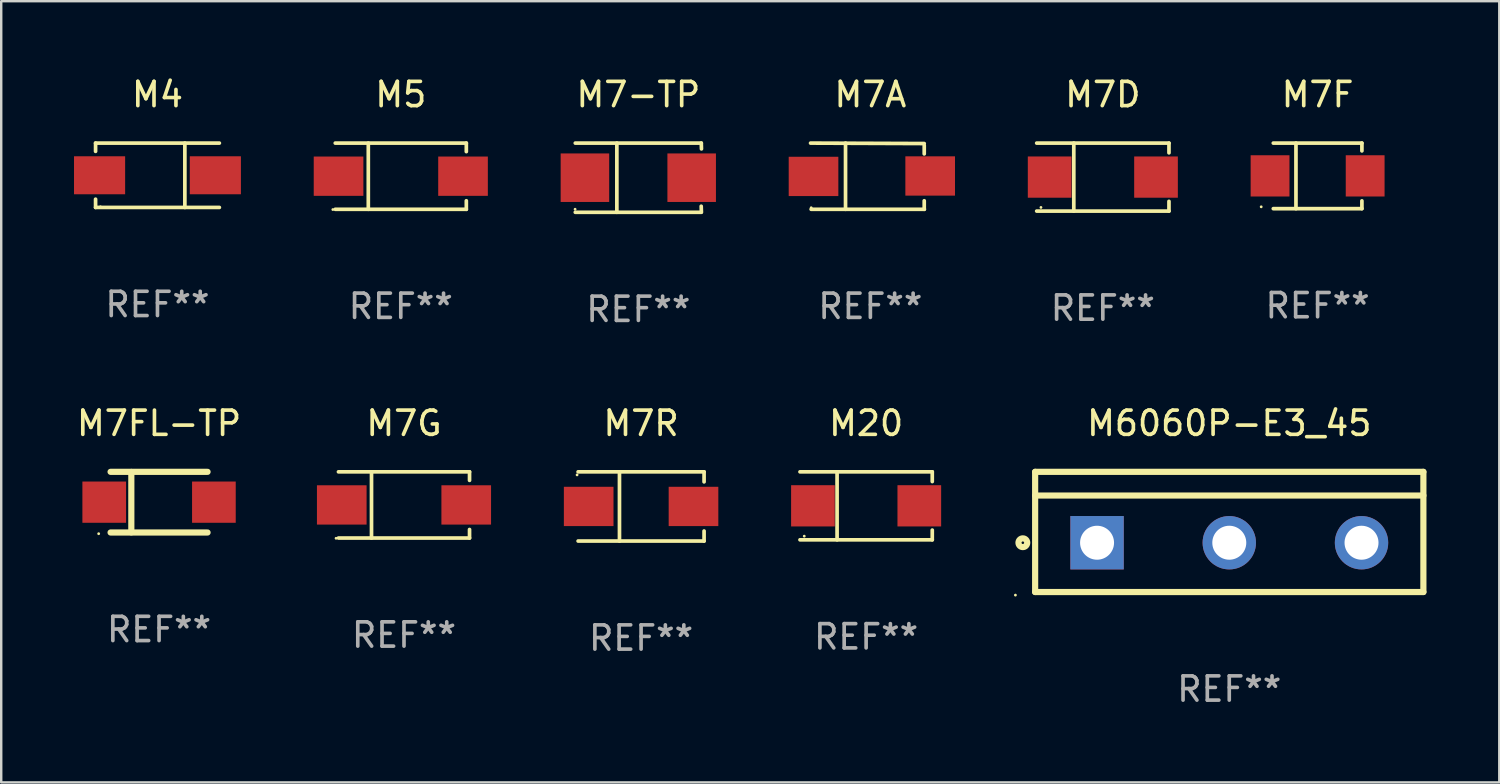
<source format=kicad_pcb>
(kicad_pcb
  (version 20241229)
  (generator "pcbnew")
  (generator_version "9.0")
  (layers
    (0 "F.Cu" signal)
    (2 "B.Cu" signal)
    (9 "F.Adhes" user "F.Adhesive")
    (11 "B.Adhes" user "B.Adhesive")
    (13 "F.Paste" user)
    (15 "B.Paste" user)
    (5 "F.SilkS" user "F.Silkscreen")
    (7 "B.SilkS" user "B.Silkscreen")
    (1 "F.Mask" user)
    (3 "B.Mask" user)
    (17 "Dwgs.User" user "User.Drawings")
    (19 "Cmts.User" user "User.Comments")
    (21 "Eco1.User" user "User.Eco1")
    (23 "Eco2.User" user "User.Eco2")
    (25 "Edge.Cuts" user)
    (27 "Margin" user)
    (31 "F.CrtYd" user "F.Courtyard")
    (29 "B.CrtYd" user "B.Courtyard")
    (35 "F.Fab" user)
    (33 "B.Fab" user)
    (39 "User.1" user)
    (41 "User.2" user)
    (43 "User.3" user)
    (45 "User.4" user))
  (footprint "M7D"
    (layer "F.Cu")
    (at 42.404 4.249)
    (property "Reference" "M7D" (at 0 -3.401 0) (layer "F.SilkS") (effects (font (size 1 1) (thickness 0.15))))
    (attr through_hole)
    (fp_line (start -2.726 -1.401) (end 2.726 -1.401) (stroke (width 0.152) (type solid)) (layer "F.SilkS"))
    (fp_line (start -2.726 1.401) (end 2.726 1.401) (stroke (width 0.152) (type solid)) (layer "F.SilkS"))
    (fp_line (start -1.197 -1.401) (end -1.197 1.401) (stroke (width 0.152) (type solid)) (layer "F.SilkS"))
    (fp_line (start 2.726 -1.401) (end 2.726 -1) (stroke (width 0.152) (type solid)) (layer "F.SilkS"))
    (fp_line (start 2.726 1.401) (end 2.726 1) (stroke (width 0.152) (type solid)) (layer "F.SilkS"))
    (fp_circle (center -2.55 1.25) (end -2.52 1.25) (stroke (width 0.06) (type solid)) (fill no) (layer "F.SilkS"))
    (fp_text user "REF**" (at 0 5.401 0) (layer "F.Fab") (effects (font (size 1 1) (thickness 0.15))))
    (pad "1" smd rect (at -2.192 0) (size 1.8 1.7) (layers "F.Cu" "F.Mask" "F.Paste"))
    (pad "2" smd rect (at 2.192 0) (size 1.8 1.7) (layers "F.Cu" "F.Mask" "F.Paste")))
  (footprint "M7FL-TP"
    (layer "F.Cu")
    (at 3.506 17.647)
    (property "Reference" "M7FL-TP" (at 0 -3.25 0) (layer "F.SilkS") (effects (font (size 1 1) (thickness 0.15))))
    (attr through_hole)
    (fp_line (start -1.999 -1.25) (end 1.999 -1.25) (stroke (width 0.254) (type solid)) (layer "F.SilkS"))
    (fp_line (start -1.143 -1.245) (end -1.143 1.245) (stroke (width 0.254) (type solid)) (layer "F.SilkS"))
    (fp_line (start 1.999 1.25) (end -1.999 1.25) (stroke (width 0.254) (type solid)) (layer "F.SilkS"))
    (fp_circle (center -2.489 1.3) (end -2.459 1.3) (stroke (width 0.06) (type solid)) (fill no) (layer "F.SilkS"))
    (fp_text user "REF**" (at 0 5.25 0) (layer "F.Fab") (effects (font (size 1 1) (thickness 0.15))))
    (pad "1" smd rect (at -2.26 0) (size 1.8 1.7) (layers "F.Cu" "F.Mask" "F.Paste"))
    (pad "2" smd rect (at 2.26 0) (size 1.8 1.7) (layers "F.Cu" "F.Mask" "F.Paste")))
  (footprint "M4"
    (layer "F.Cu")
    (at 3.44 4.174)
    (property "Reference" "M4" (at 0 -3.326 0) (layer "F.SilkS") (effects (font (size 1 1) (thickness 0.15))))
    (attr through_hole)
    (fp_line (start -2.551 -1.326) (end -2.551 -0.986) (stroke (width 0.152) (type solid)) (layer "F.SilkS"))
    (fp_line (start -2.551 1.326) (end -2.551 0.986) (stroke (width 0.152) (type solid)) (layer "F.SilkS"))
    (fp_line (start 1.129 1.326) (end 1.129 -1.326) (stroke (width 0.152) (type solid)) (layer "F.SilkS"))
    (fp_line (start 2.551 -1.326) (end -2.551 -1.326) (stroke (width 0.152) (type solid)) (layer "F.SilkS"))
    (fp_line (start 2.551 1.326) (end -2.551 1.326) (stroke (width 0.152) (type solid)) (layer "F.SilkS"))
    (fp_circle (center -2.35 1.3) (end -2.32 1.3) (stroke (width 0.06) (type solid)) (fill no) (layer "F.SilkS"))
    (fp_text user "REF**" (at 0 5.326 0) (layer "F.Fab") (effects (font (size 1 1) (thickness 0.15))))
    (pad "1" smd rect (at -2.386 0) (size 2.107 1.566) (layers "F.Cu" "F.Mask" "F.Paste"))
    (pad "2" smd rect (at 2.386 0) (size 2.107 1.566) (layers "F.Cu" "F.Mask" "F.Paste")))
  (footprint "M6060P-E3_45"
    (layer "F.Cu")
    (at 47.615 18.874)
    (property "Reference" "M6060P-E3_45" (at 0 -4.477 0) (layer "F.SilkS") (effects (font (size 1 1) (thickness 0.15))))
    (attr through_hole)
    (fp_line (start -8.001 -2.477) (end 8.001 -2.477) (stroke (width 0.254) (type solid)) (layer "F.SilkS"))
    (fp_line (start -8.001 2.477) (end -8.001 -2.477) (stroke (width 0.254) (type solid)) (layer "F.SilkS"))
    (fp_line (start -7.999 -1.5) (end 8.001 -1.5) (stroke (width 0.254) (type solid)) (layer "F.SilkS"))
    (fp_line (start 8.001 -2.477) (end 8.001 2.477) (stroke (width 0.254) (type solid)) (layer "F.SilkS"))
    (fp_line (start 8.001 2.477) (end -8.001 2.477) (stroke (width 0.254) (type solid)) (layer "F.SilkS"))
    (fp_circle (center -8.814 2.604) (end -8.784 2.604) (stroke (width 0.06) (type solid)) (fill no) (layer "F.SilkS"))
    (fp_circle (center -8.508 0.445) (end -8.328 0.445) (stroke (width 0.254) (type solid)) (fill no) (layer "F.SilkS"))
    (fp_text user "REF**" (at 0 6.477 0) (layer "F.Fab") (effects (font (size 1 1) (thickness 0.15))))
    (pad "1" thru_hole rect (at -5.449 0.445) (size 2.2 2.2) (drill 1.4) (layers "*.Cu" "*.Mask"))
    (pad "2" thru_hole circle (at 0.001 0.445) (size 2.2 2.2) (drill 1.4) (layers "*.Cu" "*.Mask"))
    (pad "3" thru_hole circle (at 5.451 0.445) (size 2.2 2.2) (drill 1.4) (layers "*.Cu" "*.Mask")))
  (footprint "M5"
    (layer "F.Cu")
    (at 13.469 4.212)
    (property "Reference" "M5" (at 0 -3.364 0) (layer "F.SilkS") (effects (font (size 1 1) (thickness 0.15))))
    (attr through_hole)
    (fp_line (start -2.701 -1.364) (end 2.701 -1.364) (stroke (width 0.152) (type solid)) (layer "F.SilkS"))
    (fp_line (start -2.701 1.364) (end 2.701 1.364) (stroke (width 0.152) (type solid)) (layer "F.SilkS"))
    (fp_line (start -1.339 -1.364) (end -1.339 1.364) (stroke (width 0.152) (type solid)) (layer "F.SilkS"))
    (fp_line (start 2.701 -1.364) (end 2.701 -1.013) (stroke (width 0.152) (type solid)) (layer "F.SilkS"))
    (fp_line (start 2.701 1.364) (end 2.701 1.013) (stroke (width 0.152) (type solid)) (layer "F.SilkS"))
    (fp_circle (center -2.8 1.375) (end -2.77 1.375) (stroke (width 0.06) (type solid)) (fill no) (layer "F.SilkS"))
    (fp_text user "REF**" (at 0 5.364 0) (layer "F.Fab") (effects (font (size 1 1) (thickness 0.15))))
    (pad "1" smd rect (at -2.565 -0.000025) (size 2.046 1.62) (layers "F.Cu" "F.Mask" "F.Paste"))
    (pad "2" smd rect (at 2.565 -0.000025) (size 2.046 1.62) (layers "F.Cu" "F.Mask" "F.Paste")))
  (footprint "M20"
    (layer "F.Cu")
    (at 32.648 17.798)
    (property "Reference" "M20" (at 0 -3.401 0) (layer "F.SilkS") (effects (font (size 1 1) (thickness 0.15))))
    (attr through_hole)
    (fp_line (start -2.726 -1.401) (end 2.726 -1.401) (stroke (width 0.152) (type solid)) (layer "F.SilkS"))
    (fp_line (start -2.726 1.401) (end 2.726 1.401) (stroke (width 0.152) (type solid)) (layer "F.SilkS"))
    (fp_line (start -1.197 -1.401) (end -1.197 1.401) (stroke (width 0.152) (type solid)) (layer "F.SilkS"))
    (fp_line (start 2.726 -1.401) (end 2.726 -1) (stroke (width 0.152) (type solid)) (layer "F.SilkS"))
    (fp_line (start 2.726 1.401) (end 2.726 1) (stroke (width 0.152) (type solid)) (layer "F.SilkS"))
    (fp_circle (center -2.55 1.25) (end -2.52 1.25) (stroke (width 0.06) (type solid)) (fill no) (layer "F.SilkS"))
    (fp_text user "REF**" (at 0 5.401 0) (layer "F.Fab") (effects (font (size 1 1) (thickness 0.15))))
    (pad "1" smd rect (at -2.192 0) (size 1.8 1.7) (layers "F.Cu" "F.Mask" "F.Paste"))
    (pad "2" smd rect (at 2.192 0) (size 1.8 1.7) (layers "F.Cu" "F.Mask" "F.Paste")))
  (footprint "M7-TP"
    (layer "F.Cu")
    (at 23.261 4.274)
    (property "Reference" "M7-TP" (at 0 -3.426 0) (layer "F.SilkS") (effects (font (size 1 1) (thickness 0.15))))
    (attr through_hole)
    (fp_line (start -2.6 -1.426) (end 2.593 -1.426) (stroke (width 0.152) (type solid)) (layer "F.SilkS"))
    (fp_line (start -2.6 1.426) (end 2.593 1.426) (stroke (width 0.152) (type solid)) (layer "F.SilkS"))
    (fp_line (start -0.887 -1.426) (end -0.887 1.426) (stroke (width 0.152) (type solid)) (layer "F.SilkS"))
    (fp_line (start 2.59 1.176) (end 2.597 1.415) (stroke (width 0.152) (type solid)) (layer "F.SilkS"))
    (fp_line (start 2.593 -1.426) (end 2.6 -1.187) (stroke (width 0.152) (type solid)) (layer "F.SilkS"))
    (fp_circle (center -2.608 1.3) (end -2.578 1.3) (stroke (width 0.06) (type solid)) (fill no) (layer "F.SilkS"))
    (fp_text user "REF**" (at 0 5.426 0) (layer "F.Fab") (effects (font (size 1 1) (thickness 0.15))))
    (pad "1" smd rect (at -2.203 0 180) (size 2 2) (layers "F.Cu" "F.Mask" "F.Paste"))
    (pad "2" smd rect (at 2.197 0 180) (size 2 2) (layers "F.Cu" "F.Mask" "F.Paste")))
  (footprint "M7F"
    (layer "F.Cu")
    (at 51.256 4.199)
    (property "Reference" "M7F" (at 0 -3.351 0) (layer "F.SilkS") (effects (font (size 1 1) (thickness 0.15))))
    (attr through_hole)
    (fp_line (start -1.826 -1.351) (end 1.826 -1.351) (stroke (width 0.152) (type solid)) (layer "F.SilkS"))
    (fp_line (start -1.826 1.351) (end 1.826 1.351) (stroke (width 0.152) (type solid)) (layer "F.SilkS"))
    (fp_line (start -0.892 -1.351) (end -0.892 1.351) (stroke (width 0.152) (type solid)) (layer "F.SilkS"))
    (fp_line (start 1.826 -1.351) (end 1.826 -1.03) (stroke (width 0.152) (type solid)) (layer "F.SilkS"))
    (fp_line (start 1.826 1.03) (end 1.826 1.351) (stroke (width 0.152) (type solid)) (layer "F.SilkS"))
    (fp_circle (center -2.325 1.275) (end -2.295 1.275) (stroke (width 0.06) (type solid)) (fill no) (layer "F.SilkS"))
    (fp_text user "REF**" (at 0 5.351 0) (layer "F.Fab") (effects (font (size 1 1) (thickness 0.15))))
    (pad "1" smd rect (at -1.96 0 180) (size 1.6 1.7) (layers "F.Cu" "F.Mask" "F.Paste"))
    (pad "2" smd rect (at 1.96 0 180) (size 1.6 1.7) (layers "F.Cu" "F.Mask" "F.Paste")))
  (footprint "M7R"
    (layer "F.Cu")
    (at 23.373 17.823)
    (property "Reference" "M7R" (at 0 -3.426 0) (layer "F.SilkS") (effects (font (size 1 1) (thickness 0.15))))
    (attr through_hole)
    (fp_line (start -2.596 -1.426) (end 2.596 -1.426) (stroke (width 0.152) (type solid)) (layer "F.SilkS"))
    (fp_line (start -2.596 1.426) (end 2.596 1.426) (stroke (width 0.152) (type solid)) (layer "F.SilkS"))
    (fp_line (start -0.891 -1.426) (end -0.891 1.426) (stroke (width 0.152) (type solid)) (layer "F.SilkS"))
    (fp_line (start 2.596 -1.426) (end 2.596 -1.013) (stroke (width 0.152) (type solid)) (layer "F.SilkS"))
    (fp_line (start 2.596 1.426) (end 2.596 1.013) (stroke (width 0.152) (type solid)) (layer "F.SilkS"))
    (fp_circle (center -2.638 -1.3) (end -2.608 -1.3) (stroke (width 0.06) (type solid)) (fill no) (layer "F.SilkS"))
    (fp_text user "REF**" (at 0 5.426 0) (layer "F.Fab") (effects (font (size 1 1) (thickness 0.15))))
    (pad "1" smd rect (at -2.16 0 180) (size 2.046 1.62) (layers "F.Cu" "F.Mask" "F.Paste"))
    (pad "2" smd rect (at 2.16 0 180) (size 2.046 1.62) (layers "F.Cu" "F.Mask" "F.Paste")))
  (footprint "M7G"
    (layer "F.Cu")
    (at 13.601 17.761)
    (property "Reference" "M7G" (at 0 -3.364 0) (layer "F.SilkS") (effects (font (size 1 1) (thickness 0.15))))
    (attr through_hole)
    (fp_line (start -2.701 -1.364) (end 2.701 -1.364) (stroke (width 0.152) (type solid)) (layer "F.SilkS"))
    (fp_line (start -2.701 1.364) (end 2.701 1.364) (stroke (width 0.152) (type solid)) (layer "F.SilkS"))
    (fp_line (start -1.339 -1.364) (end -1.339 1.364) (stroke (width 0.152) (type solid)) (layer "F.SilkS"))
    (fp_line (start 2.701 -1.364) (end 2.701 -1.013) (stroke (width 0.152) (type solid)) (layer "F.SilkS"))
    (fp_line (start 2.701 1.364) (end 2.701 1.013) (stroke (width 0.152) (type solid)) (layer "F.SilkS"))
    (fp_circle (center -2.8 1.375) (end -2.77 1.375) (stroke (width 0.06) (type solid)) (fill no) (layer "F.SilkS"))
    (fp_text user "REF**" (at 0 5.364 0) (layer "F.Fab") (effects (font (size 1 1) (thickness 0.15))))
    (pad "1" smd rect (at -2.565 -0.000025) (size 2.046 1.62) (layers "F.Cu" "F.Mask" "F.Paste"))
    (pad "2" smd rect (at 2.565 -0.000025) (size 2.046 1.62) (layers "F.Cu" "F.Mask" "F.Paste")))
  (footprint "M7A"
    (layer "F.Cu")
    (at 32.823 4.212)
    (property "Reference" "M7A" (at 0 -3.364 0) (layer "F.SilkS") (effects (font (size 1 1) (thickness 0.15))))
    (attr through_hole)
    (fp_line (start -2.465 -1.364) (end 2.22 -1.346) (stroke (width 0.152) (type solid)) (layer "F.SilkS"))
    (fp_line (start -2.442 1.364) (end 2.226 1.364) (stroke (width 0.152) (type solid)) (layer "F.SilkS"))
    (fp_line (start -1.024 -1.364) (end -1.024 1.364) (stroke (width 0.152) (type solid)) (layer "F.SilkS"))
    (fp_line (start 2.22 -1.27) (end 2.22 -0.919) (stroke (width 0.152) (type solid)) (layer "F.SilkS"))
    (fp_line (start 2.22 1.364) (end 2.22 1.013) (stroke (width 0.152) (type solid)) (layer "F.SilkS"))
    (fp_circle (center -2.439 1.3) (end -2.409 1.3) (stroke (width 0.06) (type solid)) (fill no) (layer "F.SilkS"))
    (fp_text user "REF**" (at 0 5.364 0) (layer "F.Fab") (effects (font (size 1 1) (thickness 0.15))))
    (pad "1" smd rect (at -2.343 0.009) (size 2.046 1.62) (layers "F.Cu" "F.Mask" "F.Paste"))
    (pad "2" smd rect (at 2.465 -0.009 180) (size 2.046 1.62) (layers "F.Cu" "F.Mask" "F.Paste")))
  (gr_rect
    (start -3 -3)
    (end 58.744 29.198)
    (stroke (width 0.1) (type default))
    (fill no)
    (layer "Edge.Cuts")))
</source>
